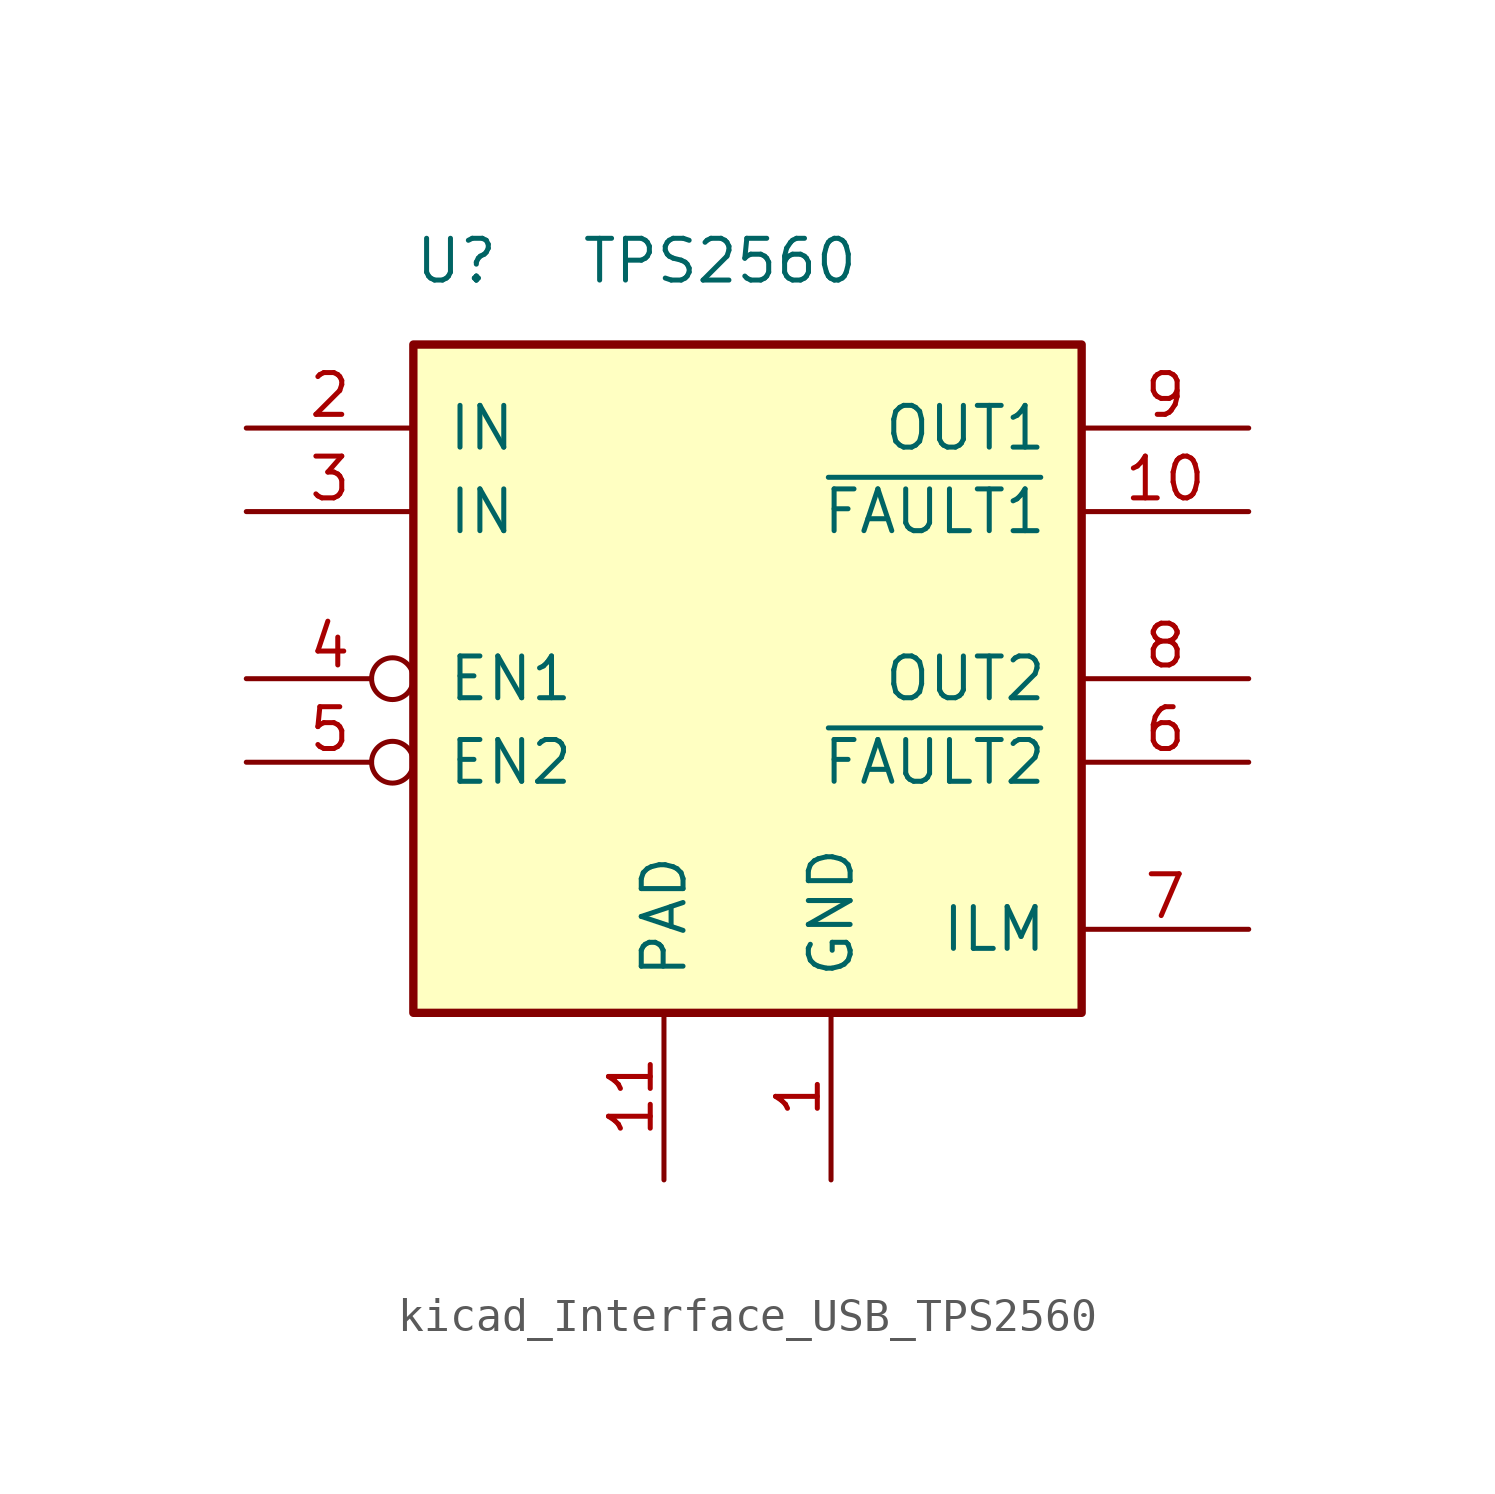
<source format=kicad_sym>
(kicad_symbol_lib
  (version 20220914)
  (generator kicad_symbol_editor)
  (symbol "kicad_Interface_USB_TPS2560"
    (pin_names
      (offset 1.016))
    (property "Reference" "U"
      (at -10.16 12.7 0)
      (effects (font (size 1.27 1.27)) (justify left)))
    (property "Value" "TPS2560"
      (at -5.08 12.7 0)
      (effects (font (size 1.27 1.27)) (justify left)))
    (symbol "kicad_Interface_USB_TPS2560_0_1"
      (rectangle (start -10.16 10.16) (end 10.16 -10.16) (stroke (width 0.254) (type default)) (fill (type background))))
    (symbol "kicad_Interface_USB_TPS2560_1_1"
      (pin power_in line (at 2.54 -15.24 90) (length 5.08) (name "GND" (effects (font (size 1.27 1.27)))) (number "1" (effects (font (size 1.27 1.27)))))
      (pin output line (at 15.24 5.08 180) (length 5.08) (name "~{FAULT1}" (effects (font (size 1.27 1.27)))) (number "10" (effects (font (size 1.27 1.27)))))
      (pin power_in line (at -2.54 -15.24 90) (length 5.08) (name "PAD" (effects (font (size 1.27 1.27)))) (number "11" (effects (font (size 1.27 1.27)))))
      (pin power_in line (at -15.24 7.62 0) (length 5.08) (name "IN" (effects (font (size 1.27 1.27)))) (number "2" (effects (font (size 1.27 1.27)))))
      (pin power_in line (at -15.24 5.08 0) (length 5.08) (name "IN" (effects (font (size 1.27 1.27)))) (number "3" (effects (font (size 1.27 1.27)))))
      (pin input inverted (at -15.24 0 0) (length 5.08) (name "EN1" (effects (font (size 1.27 1.27)))) (number "4" (effects (font (size 1.27 1.27)))))
      (pin input inverted (at -15.24 -2.54 0) (length 5.08) (name "EN2" (effects (font (size 1.27 1.27)))) (number "5" (effects (font (size 1.27 1.27)))))
      (pin output line (at 15.24 -2.54 180) (length 5.08) (name "~{FAULT2}" (effects (font (size 1.27 1.27)))) (number "6" (effects (font (size 1.27 1.27)))))
      (pin output line (at 15.24 -7.62 180) (length 5.08) (name "ILM" (effects (font (size 1.27 1.27)))) (number "7" (effects (font (size 1.27 1.27)))))
      (pin output line (at 15.24 0 180) (length 5.08) (name "OUT2" (effects (font (size 1.27 1.27)))) (number "8" (effects (font (size 1.27 1.27)))))
      (pin output line (at 15.24 7.62 180) (length 5.08) (name "OUT1" (effects (font (size 1.27 1.27)))) (number "9" (effects (font (size 1.27 1.27))))))))
</source>
